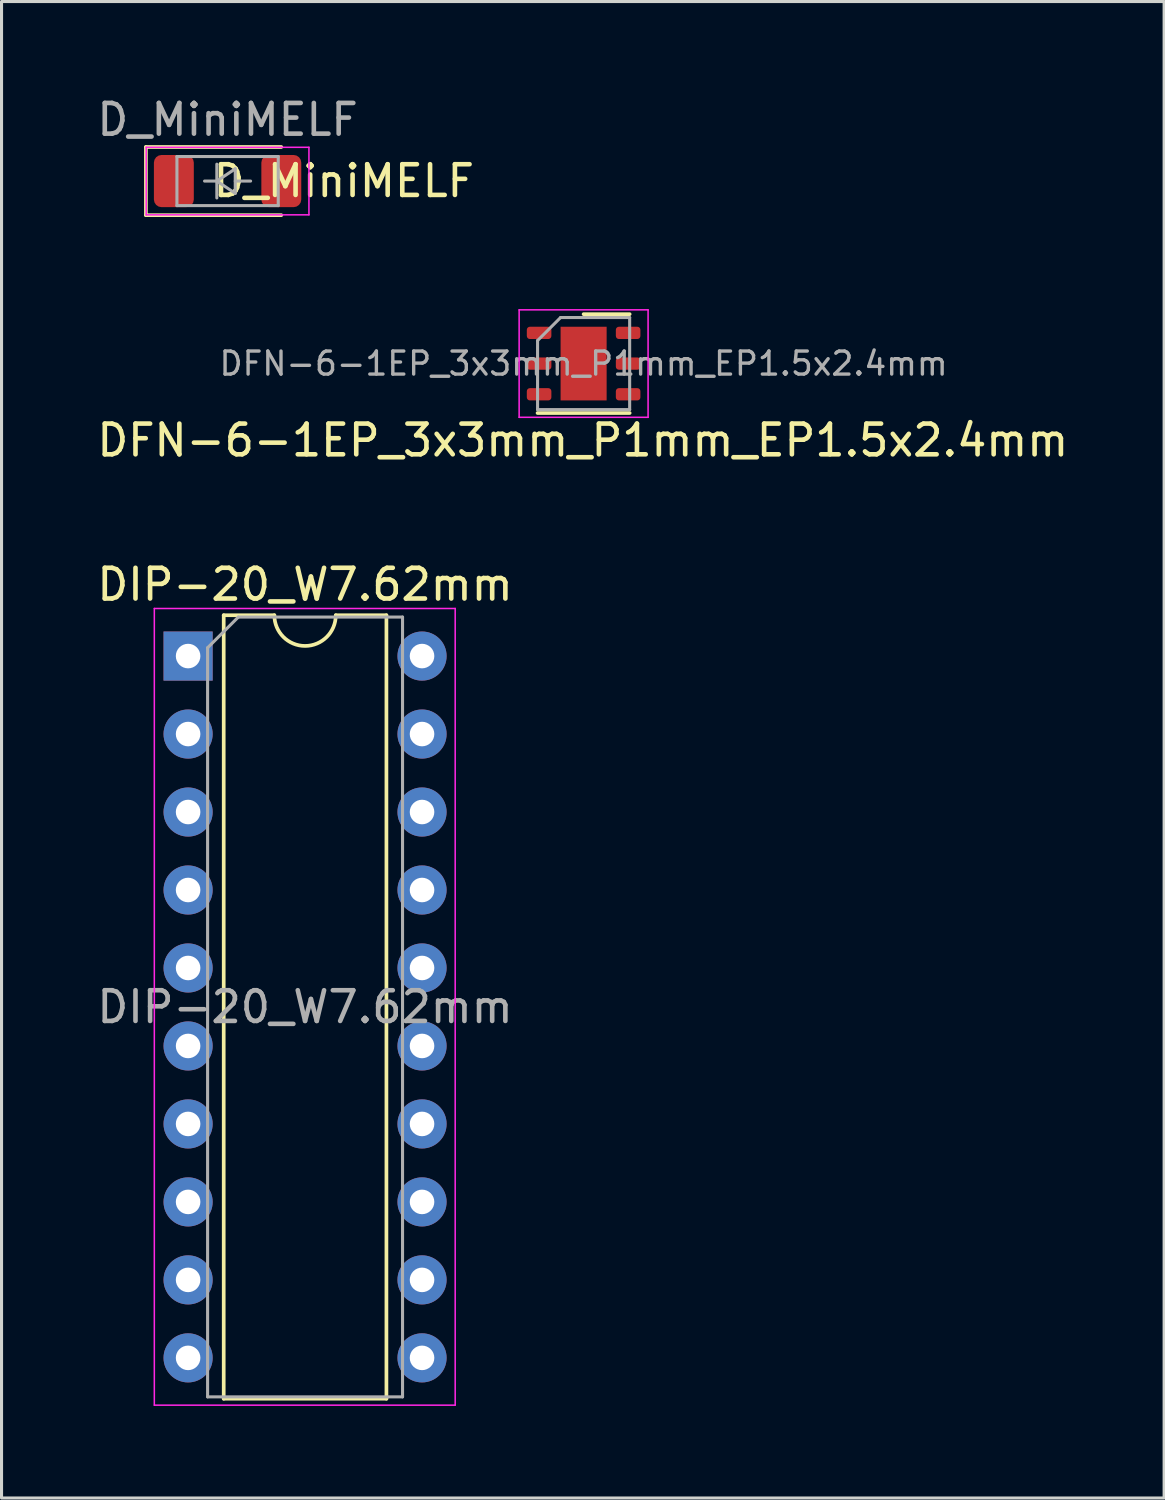
<source format=kicad_pcb>
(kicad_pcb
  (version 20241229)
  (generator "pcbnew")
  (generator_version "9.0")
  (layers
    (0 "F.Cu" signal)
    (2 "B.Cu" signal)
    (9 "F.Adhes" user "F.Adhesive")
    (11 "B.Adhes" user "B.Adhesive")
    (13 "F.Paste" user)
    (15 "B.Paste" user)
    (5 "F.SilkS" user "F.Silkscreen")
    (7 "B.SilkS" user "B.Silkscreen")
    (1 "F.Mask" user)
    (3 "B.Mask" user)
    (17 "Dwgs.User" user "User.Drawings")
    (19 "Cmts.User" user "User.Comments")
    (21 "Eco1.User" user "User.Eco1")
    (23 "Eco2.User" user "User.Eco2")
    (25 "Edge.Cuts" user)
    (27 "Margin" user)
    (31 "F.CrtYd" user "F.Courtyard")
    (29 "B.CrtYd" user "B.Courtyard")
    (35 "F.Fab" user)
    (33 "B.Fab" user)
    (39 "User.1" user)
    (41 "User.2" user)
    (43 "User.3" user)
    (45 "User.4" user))
  (footprint "DFN-6-1EP_3x3mm_P1mm_EP1.5x2.4mm"
    (layer "F.Cu")
    (at 15.96 8.793)
    (property "Reference" "DFN-6-1EP_3x3mm_P1mm_EP1.5x2.4mm" (at -0.025 2.5 180) (layer "F.SilkS") (effects (font (size 1 1) (thickness 0.15))))
    (attr smd)
    (fp_line (start -1.5 1.61) (end 1.5 1.61) (stroke (width 0.12) (type solid)) (layer "F.SilkS"))
    (fp_line (start 0 -1.61) (end 1.5 -1.61) (stroke (width 0.12) (type solid)) (layer "F.SilkS"))
    (fp_line (start -2.1 -1.75) (end -2.1 1.75) (stroke (width 0.05) (type solid)) (layer "F.CrtYd"))
    (fp_line (start -2.1 1.75) (end 2.1 1.75) (stroke (width 0.05) (type solid)) (layer "F.CrtYd"))
    (fp_line (start 2.1 -1.75) (end -2.1 -1.75) (stroke (width 0.05) (type solid)) (layer "F.CrtYd"))
    (fp_line (start 2.1 1.75) (end 2.1 -1.75) (stroke (width 0.05) (type solid)) (layer "F.CrtYd"))
    (fp_line (start -1.5 -0.75) (end -0.75 -1.5) (stroke (width 0.1) (type solid)) (layer "F.Fab"))
    (fp_line (start -1.5 1.5) (end -1.5 -0.75) (stroke (width 0.1) (type solid)) (layer "F.Fab"))
    (fp_line (start -0.75 -1.5) (end 1.5 -1.5) (stroke (width 0.1) (type solid)) (layer "F.Fab"))
    (fp_line (start 1.5 -1.5) (end 1.5 1.5) (stroke (width 0.1) (type solid)) (layer "F.Fab"))
    (fp_line (start 1.5 1.5) (end -1.5 1.5) (stroke (width 0.1) (type solid)) (layer "F.Fab"))
    (fp_text user "${REFERENCE}" (at 0 0 180) (layer "F.Fab") (effects (font (size 0.75 0.75) (thickness 0.11))))
    (pad "" smd roundrect (at -0.375 -0.6) (size 0.6 0.97) (layers "F.Paste") (roundrect_rratio 0.25))
    (pad "" smd roundrect (at -0.375 0.6) (size 0.6 0.97) (layers "F.Paste") (roundrect_rratio 0.25))
    (pad "" smd roundrect (at 0.375 -0.6) (size 0.6 0.97) (layers "F.Paste") (roundrect_rratio 0.25))
    (pad "" smd roundrect (at 0.375 0.6) (size 0.6 0.97) (layers "F.Paste") (roundrect_rratio 0.25))
    (pad "1" smd roundrect (at -1.45 -1) (size 0.8 0.4) (layers "F.Cu" "F.Mask" "F.Paste") (roundrect_rratio 0.25))
    (pad "2" smd roundrect (at -1.45 0) (size 0.8 0.4) (layers "F.Cu" "F.Mask" "F.Paste") (roundrect_rratio 0.25))
    (pad "3" smd roundrect (at -1.45 1) (size 0.8 0.4) (layers "F.Cu" "F.Mask" "F.Paste") (roundrect_rratio 0.25))
    (pad "4" smd roundrect (at 1.45 1) (size 0.8 0.4) (layers "F.Cu" "F.Mask" "F.Paste") (roundrect_rratio 0.25))
    (pad "5" smd roundrect (at 1.45 0) (size 0.8 0.4) (layers "F.Cu" "F.Mask" "F.Paste") (roundrect_rratio 0.25))
    (pad "6" smd roundrect (at 1.45 -1) (size 0.8 0.4) (layers "F.Cu" "F.Mask" "F.Paste") (roundrect_rratio 0.25))
    (pad "7" smd rect (at 0 0) (size 1.5 2.4) (layers "F.Cu" "F.Mask")))
  (footprint "D_MiniMELF"
    (layer "F.Cu")
    (at 4.363 2.848)
    (property "Reference" "D_MiniMELF" (at 3.786 -0.004 180) (layer "F.SilkS") (effects (font (size 1 1) (thickness 0.15))))
    (attr smd)
    (fp_line (start -2.66 -1.11) (end -2.66 1.11) (stroke (width 0.12) (type solid)) (layer "F.SilkS"))
    (fp_line (start -2.66 1.11) (end 1.75 1.11) (stroke (width 0.12) (type solid)) (layer "F.SilkS"))
    (fp_line (start 1.75 -1.11) (end -2.66 -1.11) (stroke (width 0.12) (type solid)) (layer "F.SilkS"))
    (fp_line (start -2.65 -1.1) (end 2.65 -1.1) (stroke (width 0.05) (type solid)) (layer "F.CrtYd"))
    (fp_line (start -2.65 1.1) (end -2.65 -1.1) (stroke (width 0.05) (type solid)) (layer "F.CrtYd"))
    (fp_line (start 2.65 -1.1) (end 2.65 1.1) (stroke (width 0.05) (type solid)) (layer "F.CrtYd"))
    (fp_line (start 2.65 1.1) (end -2.65 1.1) (stroke (width 0.05) (type solid)) (layer "F.CrtYd"))
    (fp_line (start -1.65 -0.8) (end 1.65 -0.8) (stroke (width 0.1) (type solid)) (layer "F.Fab"))
    (fp_line (start -1.65 0.8) (end -1.65 -0.8) (stroke (width 0.1) (type solid)) (layer "F.Fab"))
    (fp_line (start -0.75 0) (end -0.35 0) (stroke (width 0.1) (type solid)) (layer "F.Fab"))
    (fp_line (start -0.35 0) (end -0.35 -0.55) (stroke (width 0.1) (type solid)) (layer "F.Fab"))
    (fp_line (start -0.35 0) (end -0.35 0.55) (stroke (width 0.1) (type solid)) (layer "F.Fab"))
    (fp_line (start -0.35 0) (end 0.25 -0.4) (stroke (width 0.1) (type solid)) (layer "F.Fab"))
    (fp_line (start 0.25 -0.4) (end 0.25 0.4) (stroke (width 0.1) (type solid)) (layer "F.Fab"))
    (fp_line (start 0.25 0) (end 0.75 0) (stroke (width 0.1) (type solid)) (layer "F.Fab"))
    (fp_line (start 0.25 0.4) (end -0.35 0) (stroke (width 0.1) (type solid)) (layer "F.Fab"))
    (fp_line (start 1.65 -0.8) (end 1.65 0.8) (stroke (width 0.1) (type solid)) (layer "F.Fab"))
    (fp_line (start 1.65 0.8) (end -1.65 0.8) (stroke (width 0.1) (type solid)) (layer "F.Fab"))
    (fp_text user "${REFERENCE}" (at 0 -2 180) (layer "F.Fab") (effects (font (size 1 1) (thickness 0.15))))
    (pad "1" smd roundrect (at -1.75 0) (size 1.3 1.7) (layers "F.Cu" "F.Mask" "F.Paste") (roundrect_rratio 0.192))
    (pad "2" smd roundrect (at 1.75 0) (size 1.3 1.7) (layers "F.Cu" "F.Mask" "F.Paste") (roundrect_rratio 0.192)))
  (footprint "DIP-20_W7.62mm"
    (layer "F.Cu")
    (at 3.077 18.32)
    (property "Reference" "DIP-20_W7.62mm" (at 3.81 -2.33 0) (layer "F.SilkS") (effects (font (size 1 1) (thickness 0.15))))
    (attr through_hole)
    (fp_line (start 1.16 -1.33) (end 1.16 24.19) (stroke (width 0.12) (type solid)) (layer "F.SilkS"))
    (fp_line (start 1.16 24.19) (end 6.46 24.19) (stroke (width 0.12) (type solid)) (layer "F.SilkS"))
    (fp_line (start 2.81 -1.33) (end 1.16 -1.33) (stroke (width 0.12) (type solid)) (layer "F.SilkS"))
    (fp_line (start 6.46 -1.33) (end 4.81 -1.33) (stroke (width 0.12) (type solid)) (layer "F.SilkS"))
    (fp_line (start 6.46 24.19) (end 6.46 -1.33) (stroke (width 0.12) (type solid)) (layer "F.SilkS"))
    (fp_arc (start 4.81 -1.33) (mid 3.81 -0.33) (end 2.81 -1.33) (stroke (width 0.12) (type solid)) (layer "F.SilkS"))
    (fp_line (start -1.1 -1.55) (end -1.1 24.4) (stroke (width 0.05) (type solid)) (layer "F.CrtYd"))
    (fp_line (start -1.1 24.4) (end 8.7 24.4) (stroke (width 0.05) (type solid)) (layer "F.CrtYd"))
    (fp_line (start 8.7 -1.55) (end -1.1 -1.55) (stroke (width 0.05) (type solid)) (layer "F.CrtYd"))
    (fp_line (start 8.7 24.4) (end 8.7 -1.55) (stroke (width 0.05) (type solid)) (layer "F.CrtYd"))
    (fp_line (start 0.635 -0.27) (end 1.635 -1.27) (stroke (width 0.1) (type solid)) (layer "F.Fab"))
    (fp_line (start 0.635 24.13) (end 0.635 -0.27) (stroke (width 0.1) (type solid)) (layer "F.Fab"))
    (fp_line (start 1.635 -1.27) (end 6.985 -1.27) (stroke (width 0.1) (type solid)) (layer "F.Fab"))
    (fp_line (start 6.985 -1.27) (end 6.985 24.13) (stroke (width 0.1) (type solid)) (layer "F.Fab"))
    (fp_line (start 6.985 24.13) (end 0.635 24.13) (stroke (width 0.1) (type solid)) (layer "F.Fab"))
    (fp_text user "${REFERENCE}" (at 3.81 11.43 0) (layer "F.Fab") (effects (font (size 1 1) (thickness 0.15))))
    (pad "1" thru_hole rect (at 0 0) (size 1.6 1.6) (drill 0.8) (layers "*.Cu" "*.Mask"))
    (pad "2" thru_hole oval (at 0 2.54) (size 1.6 1.6) (drill 0.8) (layers "*.Cu" "*.Mask"))
    (pad "3" thru_hole oval (at 0 5.08) (size 1.6 1.6) (drill 0.8) (layers "*.Cu" "*.Mask"))
    (pad "4" thru_hole oval (at 0 7.62) (size 1.6 1.6) (drill 0.8) (layers "*.Cu" "*.Mask"))
    (pad "5" thru_hole oval (at 0 10.16) (size 1.6 1.6) (drill 0.8) (layers "*.Cu" "*.Mask"))
    (pad "6" thru_hole oval (at 0 12.7) (size 1.6 1.6) (drill 0.8) (layers "*.Cu" "*.Mask"))
    (pad "7" thru_hole oval (at 0 15.24) (size 1.6 1.6) (drill 0.8) (layers "*.Cu" "*.Mask"))
    (pad "8" thru_hole oval (at 0 17.78) (size 1.6 1.6) (drill 0.8) (layers "*.Cu" "*.Mask"))
    (pad "9" thru_hole oval (at 0 20.32) (size 1.6 1.6) (drill 0.8) (layers "*.Cu" "*.Mask"))
    (pad "10" thru_hole oval (at 0 22.86) (size 1.6 1.6) (drill 0.8) (layers "*.Cu" "*.Mask"))
    (pad "11" thru_hole oval (at 7.62 22.86) (size 1.6 1.6) (drill 0.8) (layers "*.Cu" "*.Mask"))
    (pad "12" thru_hole oval (at 7.62 20.32) (size 1.6 1.6) (drill 0.8) (layers "*.Cu" "*.Mask"))
    (pad "13" thru_hole oval (at 7.62 17.78) (size 1.6 1.6) (drill 0.8) (layers "*.Cu" "*.Mask"))
    (pad "14" thru_hole oval (at 7.62 15.24) (size 1.6 1.6) (drill 0.8) (layers "*.Cu" "*.Mask"))
    (pad "15" thru_hole oval (at 7.62 12.7) (size 1.6 1.6) (drill 0.8) (layers "*.Cu" "*.Mask"))
    (pad "16" thru_hole oval (at 7.62 10.16) (size 1.6 1.6) (drill 0.8) (layers "*.Cu" "*.Mask"))
    (pad "17" thru_hole oval (at 7.62 7.62) (size 1.6 1.6) (drill 0.8) (layers "*.Cu" "*.Mask"))
    (pad "18" thru_hole oval (at 7.62 5.08) (size 1.6 1.6) (drill 0.8) (layers "*.Cu" "*.Mask"))
    (pad "19" thru_hole oval (at 7.62 2.54) (size 1.6 1.6) (drill 0.8) (layers "*.Cu" "*.Mask"))
    (pad "20" thru_hole oval (at 7.62 0) (size 1.6 1.6) (drill 0.8) (layers "*.Cu" "*.Mask")))
  (gr_rect
    (start -3 -3)
    (end 34.869 45.745)
    (stroke (width 0.1) (type default))
    (fill no)
    (layer "Edge.Cuts")))
</source>
